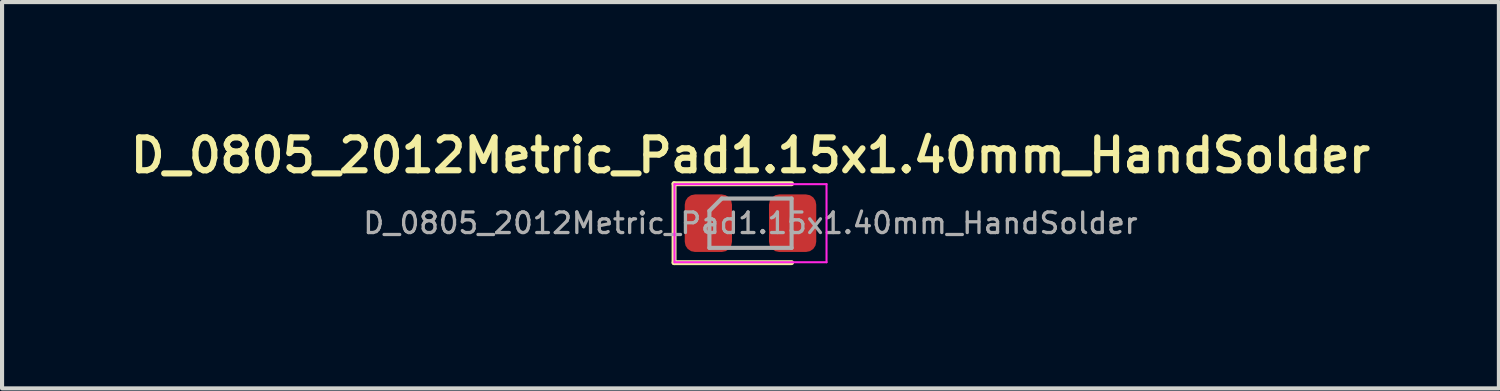
<source format=kicad_pcb>
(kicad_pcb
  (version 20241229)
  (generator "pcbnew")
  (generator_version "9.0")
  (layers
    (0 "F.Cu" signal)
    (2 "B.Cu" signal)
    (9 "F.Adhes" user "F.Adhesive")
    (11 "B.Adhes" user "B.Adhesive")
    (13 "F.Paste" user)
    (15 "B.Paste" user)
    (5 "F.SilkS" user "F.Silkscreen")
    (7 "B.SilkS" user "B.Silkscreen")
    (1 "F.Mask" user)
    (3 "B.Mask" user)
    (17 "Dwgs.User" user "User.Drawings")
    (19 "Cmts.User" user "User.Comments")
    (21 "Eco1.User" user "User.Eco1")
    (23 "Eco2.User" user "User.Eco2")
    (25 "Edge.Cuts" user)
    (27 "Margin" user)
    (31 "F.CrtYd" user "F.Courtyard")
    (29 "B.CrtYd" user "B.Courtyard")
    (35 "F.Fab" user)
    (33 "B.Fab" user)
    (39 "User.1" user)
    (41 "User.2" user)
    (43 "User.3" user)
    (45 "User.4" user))
  (footprint "D_0805_2012Metric_Pad1.15x1.40mm_HandSolder"
    (layer "F.Cu")
    (at 15.212 2.381)
    (property "Reference" "D_0805_2012Metric_Pad1.15x1.40mm_HandSolder" (at 0 -1.65 0) (layer "F.SilkS") (effects (font (size 0.8 0.8) (thickness 0.15))))
    (attr smd)
    (fp_line (start -1.86 -0.96) (end -1.86 0.96) (stroke (width 0.12) (type solid)) (layer "F.SilkS"))
    (fp_line (start -1.86 0.96) (end 1 0.96) (stroke (width 0.12) (type solid)) (layer "F.SilkS"))
    (fp_line (start 1 -0.96) (end -1.86 -0.96) (stroke (width 0.12) (type solid)) (layer "F.SilkS"))
    (fp_line (start -1.85 -0.95) (end 1.85 -0.95) (stroke (width 0.05) (type solid)) (layer "F.CrtYd"))
    (fp_line (start -1.85 0.95) (end -1.85 -0.95) (stroke (width 0.05) (type solid)) (layer "F.CrtYd"))
    (fp_line (start 1.85 -0.95) (end 1.85 0.95) (stroke (width 0.05) (type solid)) (layer "F.CrtYd"))
    (fp_line (start 1.85 0.95) (end -1.85 0.95) (stroke (width 0.05) (type solid)) (layer "F.CrtYd"))
    (fp_line (start -1 -0.3) (end -1 0.6) (stroke (width 0.1) (type solid)) (layer "F.Fab"))
    (fp_line (start -1 0.6) (end 1 0.6) (stroke (width 0.1) (type solid)) (layer "F.Fab"))
    (fp_line (start -0.7 -0.6) (end -1 -0.3) (stroke (width 0.1) (type solid)) (layer "F.Fab"))
    (fp_line (start 1 -0.6) (end -0.7 -0.6) (stroke (width 0.1) (type solid)) (layer "F.Fab"))
    (fp_line (start 1 0.6) (end 1 -0.6) (stroke (width 0.1) (type solid)) (layer "F.Fab"))
    (fp_text user "${REFERENCE}" (at 0 0 0) (layer "F.Fab") (effects (font (size 0.5 0.5) (thickness 0.08))))
    (pad "1" smd roundrect (at -1.025 0) (size 1.15 1.4) (layers "F.Cu" "F.Mask" "F.Paste") (roundrect_rratio 0.217))
    (pad "2" smd roundrect (at 1.025 0) (size 1.15 1.4) (layers "F.Cu" "F.Mask" "F.Paste") (roundrect_rratio 0.217)))
  (gr_rect
    (start -3 -3)
    (end 33.423 6.401)
    (stroke (width 0.1) (type default))
    (fill no)
    (layer "Edge.Cuts")))
</source>
